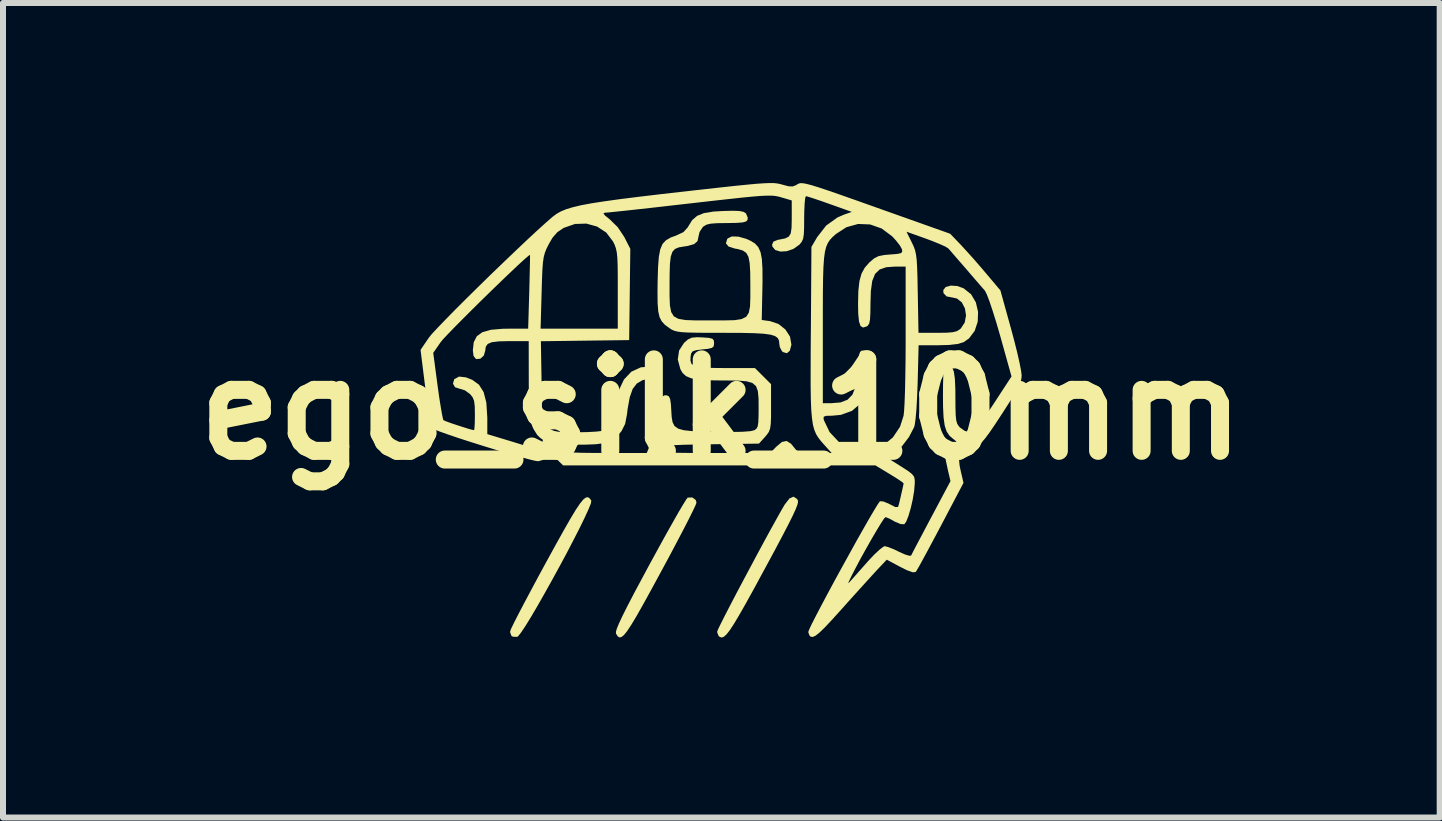
<source format=kicad_pcb>
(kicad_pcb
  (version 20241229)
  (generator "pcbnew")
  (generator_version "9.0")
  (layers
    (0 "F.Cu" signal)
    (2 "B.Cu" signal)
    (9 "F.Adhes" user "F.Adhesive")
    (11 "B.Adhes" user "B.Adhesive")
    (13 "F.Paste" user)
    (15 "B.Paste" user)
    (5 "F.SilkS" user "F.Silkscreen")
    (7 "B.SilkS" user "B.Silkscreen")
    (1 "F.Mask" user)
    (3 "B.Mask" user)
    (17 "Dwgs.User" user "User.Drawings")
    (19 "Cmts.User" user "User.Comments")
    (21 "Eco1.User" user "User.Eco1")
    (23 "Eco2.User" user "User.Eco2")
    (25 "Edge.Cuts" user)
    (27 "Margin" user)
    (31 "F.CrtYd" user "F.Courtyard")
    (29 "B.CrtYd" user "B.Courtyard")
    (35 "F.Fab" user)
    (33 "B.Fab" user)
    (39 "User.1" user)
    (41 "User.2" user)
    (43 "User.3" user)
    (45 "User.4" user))
  (footprint "ego_silk_10mm"
    (layer "F.Cu")
    (at 8.97 3.773)
    (property "Reference" "ego_silk_10mm" (at 0 0 0) (layer "F.SilkS") (effects (font (size 1.524 1.524) (thickness 0.3))))
    (attr board_only exclude_from_pos_files exclude_from_bom)
    (fp_poly (pts (xy -0.427 1.508) (xy -0.414 1.552) (xy -0.43 1.596) (xy -0.476 1.693) (xy -0.547 1.836) (xy -0.64 2.017) (xy -0.752 2.23) (xy -0.878 2.468) (xy -1.006 2.705) (xy -1.17 3.007) (xy -1.305 3.252) (xy -1.415 3.446) (xy -1.503 3.592) (xy -1.572 3.696) (xy -1.626 3.762) (xy -1.668 3.794) (xy -1.701 3.798) (xy -1.729 3.777) (xy -1.754 3.737) (xy -1.755 3.736) (xy -1.757 3.706) (xy -1.741 3.65) (xy -1.705 3.563) (xy -1.647 3.439) (xy -1.564 3.274) (xy -1.454 3.062) (xy -1.313 2.799) (xy -1.196 2.581) (xy -1.058 2.329) (xy -0.93 2.096) (xy -0.814 1.89) (xy -0.716 1.717) (xy -0.638 1.585) (xy -0.585 1.5) (xy -0.561 1.469) (xy -0.484 1.466)) (stroke (width 0) (type solid)) (fill yes) (layer "F.SilkS"))
    (fp_poly (pts (xy -2.195 1.48) (xy -2.168 1.517) (xy -2.167 1.518) (xy -2.173 1.563) (xy -2.211 1.658) (xy -2.274 1.796) (xy -2.358 1.969) (xy -2.46 2.168) (xy -2.573 2.386) (xy -2.695 2.613) (xy -2.82 2.841) (xy -2.944 3.063) (xy -3.061 3.269) (xy -3.169 3.453) (xy -3.262 3.604) (xy -3.336 3.715) (xy -3.386 3.778) (xy -3.402 3.789) (xy -3.47 3.787) (xy -3.496 3.775) (xy -3.517 3.722) (xy -3.519 3.696) (xy -3.503 3.654) (xy -3.457 3.558) (xy -3.385 3.417) (xy -3.291 3.237) (xy -3.178 3.025) (xy -3.052 2.789) (xy -2.924 2.554) (xy -2.759 2.253) (xy -2.623 2.009) (xy -2.513 1.817) (xy -2.425 1.671) (xy -2.355 1.567) (xy -2.301 1.501) (xy -2.258 1.468) (xy -2.224 1.462)) (stroke (width 0) (type solid)) (fill yes) (layer "F.SilkS"))
    (fp_poly (pts (xy 1.261 1.491) (xy 1.274 1.513) (xy 1.278 1.541) (xy 1.267 1.589) (xy 1.238 1.664) (xy 1.189 1.771) (xy 1.117 1.915) (xy 1.02 2.102) (xy 0.895 2.338) (xy 0.739 2.627) (xy 0.711 2.678) (xy 0.547 2.981) (xy 0.411 3.227) (xy 0.3 3.422) (xy 0.211 3.571) (xy 0.141 3.678) (xy 0.085 3.749) (xy 0.041 3.788) (xy 0.006 3.8) (xy -0.024 3.791) (xy -0.045 3.775) (xy -0.067 3.721) (xy -0.069 3.7) (xy -0.053 3.66) (xy -0.009 3.569) (xy 0.059 3.434) (xy 0.147 3.264) (xy 0.249 3.068) (xy 0.362 2.855) (xy 0.481 2.632) (xy 0.6 2.409) (xy 0.716 2.194) (xy 0.824 1.996) (xy 0.92 1.823) (xy 0.998 1.684) (xy 1.054 1.588) (xy 1.06 1.579) (xy 1.136 1.482) (xy 1.203 1.453)) (stroke (width 0) (type solid)) (fill yes) (layer "F.SilkS"))
    (fp_poly (pts (xy 0.301 -3.307) (xy 0.367 -3.294) (xy 0.406 -3.271) (xy 0.411 -3.265) (xy 0.44 -3.197) (xy 0.436 -3.158) (xy 0.413 -3.133) (xy 0.357 -3.117) (xy 0.257 -3.109) (xy 0.101 -3.106) (xy 0.087 -3.106) (xy -0.072 -3.104) (xy -0.177 -3.096) (xy -0.246 -3.08) (xy -0.293 -3.053) (xy -0.311 -3.037) (xy -0.363 -2.957) (xy -0.38 -2.886) (xy -0.396 -2.807) (xy -0.451 -2.757) (xy -0.559 -2.725) (xy -0.62 -2.716) (xy -0.709 -2.701) (xy -0.773 -2.674) (xy -0.816 -2.626) (xy -0.843 -2.546) (xy -0.857 -2.424) (xy -0.862 -2.25) (xy -0.863 -2.099) (xy -0.863 -1.889) (xy -0.857 -1.733) (xy -0.836 -1.624) (xy -0.792 -1.552) (xy -0.715 -1.51) (xy -0.597 -1.49) (xy -0.428 -1.484) (xy -0.201 -1.484) (xy -0.178 -1.484) (xy 0.051 -1.484) (xy 0.22 -1.488) (xy 0.338 -1.506) (xy 0.415 -1.545) (xy 0.458 -1.613) (xy 0.478 -1.718) (xy 0.483 -1.869) (xy 0.483 -2.074) (xy 0.483 -2.077) (xy 0.481 -2.286) (xy 0.472 -2.438) (xy 0.452 -2.542) (xy 0.416 -2.608) (xy 0.359 -2.648) (xy 0.278 -2.672) (xy 0.226 -2.681) (xy 0.12 -2.715) (xy 0.076 -2.768) (xy 0.097 -2.838) (xy 0.106 -2.85) (xy 0.175 -2.883) (xy 0.284 -2.88) (xy 0.416 -2.843) (xy 0.49 -2.809) (xy 0.563 -2.763) (xy 0.616 -2.704) (xy 0.653 -2.621) (xy 0.675 -2.506) (xy 0.685 -2.346) (xy 0.686 -2.132) (xy 0.684 -2.019) (xy 0.673 -1.491) (xy 0.811 -1.472) (xy 0.951 -1.425) (xy 1.067 -1.333) (xy 1.144 -1.214) (xy 1.167 -1.082) (xy 1.167 -1.077) (xy 1.141 -0.979) (xy 1.092 -0.937) (xy 1.028 -0.956) (xy 1.009 -0.972) (xy 0.974 -1.04) (xy 0.966 -1.092) (xy 0.961 -1.147) (xy 0.94 -1.19) (xy 0.895 -1.223) (xy 0.82 -1.246) (xy 0.707 -1.262) (xy 0.547 -1.271) (xy 0.335 -1.276) (xy 0.062 -1.277) (xy 0.032 -1.277) (xy -0.22 -1.277) (xy -0.413 -1.279) (xy -0.557 -1.282) (xy -0.66 -1.288) (xy -0.733 -1.298) (xy -0.786 -1.312) (xy -0.828 -1.331) (xy -0.866 -1.356) (xy -0.94 -1.41) (xy -0.993 -1.468) (xy -1.03 -1.539) (xy -1.052 -1.637) (xy -1.062 -1.772) (xy -1.064 -1.955) (xy -1.062 -2.129) (xy -1.055 -2.363) (xy -1.042 -2.54) (xy -1.018 -2.668) (xy -0.98 -2.758) (xy -0.922 -2.82) (xy -0.842 -2.866) (xy -0.756 -2.897) (xy -0.632 -2.955) (xy -0.558 -3.037) (xy -0.551 -3.05) (xy -0.487 -3.154) (xy -0.404 -3.226) (xy -0.29 -3.272) (xy -0.131 -3.298) (xy 0.03 -3.307) (xy 0.193 -3.311)) (stroke (width 0) (type solid)) (fill yes) (layer "F.SilkS"))
    (fp_poly (pts (xy 0.876 -3.772) (xy 0.932 -3.766) (xy 0.978 -3.757) (xy 1.014 -3.747) (xy 1.119 -3.719) (xy 1.186 -3.716) (xy 1.241 -3.736) (xy 1.265 -3.751) (xy 1.289 -3.764) (xy 1.318 -3.771) (xy 1.359 -3.77) (xy 1.419 -3.759) (xy 1.504 -3.737) (xy 1.62 -3.701) (xy 1.774 -3.65) (xy 1.973 -3.581) (xy 2.223 -3.493) (xy 2.53 -3.384) (xy 2.58 -3.366) (xy 3.813 -2.928) (xy 3.986 -2.748) (xy 4.084 -2.641) (xy 4.208 -2.504) (xy 4.336 -2.356) (xy 4.404 -2.276) (xy 4.65 -1.984) (xy 4.827 -1.346) (xy 4.883 -1.137) (xy 4.932 -0.941) (xy 4.97 -0.772) (xy 4.995 -0.643) (xy 5.004 -0.569) (xy 4.999 -0.509) (xy 4.979 -0.441) (xy 4.939 -0.355) (xy 4.875 -0.241) (xy 4.781 -0.09) (xy 4.677 0.072) (xy 4.556 0.256) (xy 4.463 0.392) (xy 4.391 0.488) (xy 4.331 0.555) (xy 4.275 0.601) (xy 4.214 0.637) (xy 4.175 0.656) (xy 4.073 0.708) (xy 3.996 0.754) (xy 3.97 0.775) (xy 3.96 0.83) (xy 3.97 0.934) (xy 3.987 1.017) (xy 4.035 1.223) (xy 3.653 1.949) (xy 3.544 2.154) (xy 3.444 2.341) (xy 3.359 2.498) (xy 3.293 2.618) (xy 3.25 2.691) (xy 3.238 2.709) (xy 3.188 2.713) (xy 3.086 2.676) (xy 2.981 2.623) (xy 2.756 2.503) (xy 2.594 2.675) (xy 2.518 2.758) (xy 2.406 2.881) (xy 2.271 3.03) (xy 2.124 3.193) (xy 2.009 3.322) (xy 1.848 3.5) (xy 1.725 3.631) (xy 1.634 3.719) (xy 1.568 3.771) (xy 1.521 3.791) (xy 1.487 3.785) (xy 1.472 3.773) (xy 1.451 3.721) (xy 1.449 3.705) (xy 1.466 3.661) (xy 1.511 3.566) (xy 1.581 3.429) (xy 1.671 3.257) (xy 1.776 3.06) (xy 1.868 2.889) (xy 2.115 2.889) (xy 2.124 2.889) (xy 2.164 2.845) (xy 2.215 2.788) (xy 2.297 2.695) (xy 2.397 2.582) (xy 2.447 2.525) (xy 2.548 2.418) (xy 2.637 2.335) (xy 2.702 2.286) (xy 2.722 2.278) (xy 2.781 2.293) (xy 2.877 2.331) (xy 2.963 2.373) (xy 3.065 2.418) (xy 3.137 2.439) (xy 3.163 2.433) (xy 3.183 2.393) (xy 3.23 2.302) (xy 3.3 2.17) (xy 3.386 2.007) (xy 3.484 1.822) (xy 3.498 1.796) (xy 3.818 1.194) (xy 3.773 1.002) (xy 3.74 0.848) (xy 3.73 0.744) (xy 3.746 0.676) (xy 3.788 0.63) (xy 3.834 0.602) (xy 3.904 0.563) (xy 3.918 0.537) (xy 3.883 0.505) (xy 3.869 0.496) (xy 3.802 0.438) (xy 3.754 0.367) (xy 3.722 0.27) (xy 3.703 0.135) (xy 3.694 -0.048) (xy 3.693 -0.224) (xy 3.694 -0.418) (xy 3.698 -0.553) (xy 3.707 -0.64) (xy 3.721 -0.689) (xy 3.742 -0.711) (xy 3.745 -0.712) (xy 3.803 -0.723) (xy 3.846 -0.699) (xy 3.874 -0.632) (xy 3.891 -0.515) (xy 3.899 -0.341) (xy 3.9 -0.214) (xy 3.901 -0.031) (xy 3.905 0.096) (xy 3.914 0.181) (xy 3.93 0.237) (xy 3.956 0.278) (xy 3.975 0.3) (xy 4.056 0.357) (xy 4.139 0.379) (xy 4.177 0.372) (xy 4.22 0.344) (xy 4.272 0.288) (xy 4.342 0.196) (xy 4.436 0.059) (xy 4.532 -0.086) (xy 4.835 -0.55) (xy 4.646 -1.228) (xy 4.582 -1.448) (xy 4.521 -1.643) (xy 4.467 -1.804) (xy 4.423 -1.919) (xy 4.392 -1.979) (xy 4.391 -1.98) (xy 4.342 -2.036) (xy 4.261 -2.13) (xy 4.159 -2.248) (xy 4.074 -2.347) (xy 3.968 -2.469) (xy 3.876 -2.575) (xy 3.81 -2.652) (xy 3.781 -2.684) (xy 3.733 -2.714) (xy 3.635 -2.758) (xy 3.504 -2.811) (xy 3.413 -2.845) (xy 3.085 -2.962) (xy 3.173 -2.784) (xy 3.204 -2.719) (xy 3.227 -2.656) (xy 3.243 -2.585) (xy 3.255 -2.494) (xy 3.262 -2.371) (xy 3.268 -2.204) (xy 3.272 -1.981) (xy 3.273 -1.941) (xy 3.285 -1.277) (xy 3.599 -1.277) (xy 3.753 -1.279) (xy 3.855 -1.287) (xy 3.923 -1.304) (xy 3.972 -1.334) (xy 3.992 -1.352) (xy 4.056 -1.45) (xy 4.077 -1.566) (xy 4.059 -1.684) (xy 4.007 -1.784) (xy 3.926 -1.849) (xy 3.857 -1.864) (xy 3.753 -1.884) (xy 3.701 -1.939) (xy 3.698 -1.989) (xy 3.739 -2.041) (xy 3.823 -2.064) (xy 3.931 -2.057) (xy 4.037 -2.019) (xy 4.161 -1.92) (xy 4.241 -1.784) (xy 4.278 -1.626) (xy 4.272 -1.463) (xy 4.222 -1.31) (xy 4.128 -1.185) (xy 4.041 -1.123) (xy 3.944 -1.092) (xy 3.797 -1.075) (xy 3.612 -1.07) (xy 3.287 -1.07) (xy 3.271 -0.44) (xy 3.262 -0.209) (xy 3.251 -0.009) (xy 3.237 0.151) (xy 3.222 0.259) (xy 3.213 0.293) (xy 3.126 0.46) (xy 3.011 0.611) (xy 2.888 0.721) (xy 2.875 0.729) (xy 2.758 0.801) (xy 2.992 0.948) (xy 3.109 1.023) (xy 3.178 1.077) (xy 3.213 1.123) (xy 3.223 1.178) (xy 3.223 1.229) (xy 3.213 1.355) (xy 3.189 1.5) (xy 3.156 1.645) (xy 3.118 1.773) (xy 3.081 1.868) (xy 3.048 1.913) (xy 3.047 1.913) (xy 2.986 1.909) (xy 2.9 1.874) (xy 2.882 1.864) (xy 2.8 1.819) (xy 2.741 1.795) (xy 2.734 1.795) (xy 2.708 1.823) (xy 2.657 1.901) (xy 2.586 2.018) (xy 2.502 2.161) (xy 2.412 2.32) (xy 2.322 2.482) (xy 2.239 2.638) (xy 2.169 2.774) (xy 2.142 2.83) (xy 2.115 2.889) (xy 1.868 2.889) (xy 1.891 2.846) (xy 2.013 2.624) (xy 2.136 2.401) (xy 2.255 2.186) (xy 2.367 1.988) (xy 2.466 1.815) (xy 2.548 1.676) (xy 2.607 1.579) (xy 2.641 1.532) (xy 2.644 1.529) (xy 2.702 1.534) (xy 2.787 1.569) (xy 2.814 1.583) (xy 2.899 1.626) (xy 2.942 1.625) (xy 2.949 1.613) (xy 2.965 1.553) (xy 2.987 1.46) (xy 3.01 1.359) (xy 3.029 1.275) (xy 3.037 1.232) (xy 3.037 1.231) (xy 3.01 1.207) (xy 2.937 1.158) (xy 2.833 1.093) (xy 2.802 1.074) (xy 2.567 0.932) (xy 1.229 0.932) (xy 1.137 0.844) (xy 1.045 0.756) (xy 0.988 0.844) (xy 0.93 0.932) (xy -2.637 0.932) (xy -2.744 0.827) (xy -2.813 0.764) (xy -2.853 0.744) (xy -2.888 0.764) (xy -2.915 0.793) (xy -2.989 0.846) (xy -3.052 0.863) (xy -3.114 0.853) (xy -3.228 0.825) (xy -3.382 0.783) (xy -3.566 0.73) (xy -3.769 0.669) (xy -3.98 0.604) (xy -4.19 0.538) (xy -4.387 0.474) (xy -4.56 0.415) (xy -4.698 0.366) (xy -4.792 0.329) (xy -4.831 0.307) (xy -4.831 0.307) (xy -4.843 0.259) (xy -4.861 0.154) (xy -4.884 0.004) (xy -4.91 -0.179) (xy -4.934 -0.367) (xy -5.006 -0.943) (xy -4.801 -0.943) (xy -4.728 -0.394) (xy -4.702 -0.207) (xy -4.676 -0.044) (xy -4.654 0.082) (xy -4.638 0.16) (xy -4.631 0.178) (xy -4.591 0.196) (xy -4.507 0.227) (xy -4.397 0.264) (xy -4.284 0.3) (xy -4.187 0.33) (xy -4.127 0.344) (xy -4.12 0.345) (xy -4.114 0.313) (xy -4.109 0.229) (xy -4.107 0.11) (xy -4.107 0.085) (xy -4.109 -0.054) (xy -4.12 -0.143) (xy -4.145 -0.204) (xy -4.187 -0.256) (xy -4.192 -0.26) (xy -4.274 -0.319) (xy -4.357 -0.345) (xy -4.36 -0.345) (xy -4.437 -0.37) (xy -4.472 -0.429) (xy -4.453 -0.499) (xy -4.448 -0.505) (xy -4.371 -0.548) (xy -4.256 -0.535) (xy -4.151 -0.494) (xy -4.039 -0.413) (xy -3.961 -0.289) (xy -3.916 -0.114) (xy -3.901 0.117) (xy -3.9 0.128) (xy -3.9 0.411) (xy -3.546 0.518) (xy -3.398 0.563) (xy -3.273 0.602) (xy -3.187 0.628) (xy -3.158 0.638) (xy -3.104 0.65) (xy -3.06 0.628) (xy -3.017 0.584) (xy -2.974 0.53) (xy -2.978 0.501) (xy -3.015 0.477) (xy -3.068 0.425) (xy -3.124 0.336) (xy -3.143 0.298) (xy -3.166 0.239) (xy -3.184 0.17) (xy -3.195 0.08) (xy -3.203 -0.04) (xy -3.207 -0.205) (xy -3.209 -0.423) (xy -3.209 -0.492) (xy -3.21 -1.137) (xy -3.007 -1.137) (xy -2.996 -0.462) (xy -2.985 0.213) (xy -2.888 0.296) (xy -2.842 0.332) (xy -2.792 0.356) (xy -2.723 0.37) (xy -2.622 0.377) (xy -2.472 0.379) (xy -2.394 0.38) (xy -2.23 0.377) (xy -2.086 0.369) (xy -1.98 0.357) (xy -1.931 0.344) (xy -1.861 0.286) (xy -1.811 0.191) (xy -1.776 0.047) (xy -1.76 -0.074) (xy -1.711 -0.313) (xy -1.623 -0.499) (xy -1.5 -0.629) (xy -1.342 -0.702) (xy -1.173 -0.716) (xy -1.077 -0.707) (xy -1.032 -0.685) (xy -1.019 -0.641) (xy -1.018 -0.621) (xy -1.026 -0.568) (xy -1.061 -0.538) (xy -1.141 -0.521) (xy -1.18 -0.516) (xy -1.311 -0.489) (xy -1.408 -0.433) (xy -1.478 -0.341) (xy -1.527 -0.202) (xy -1.562 -0.008) (xy -1.572 0.078) (xy -1.603 0.24) (xy -1.662 0.358) (xy -1.68 0.381) (xy -1.762 0.467) (xy -1.849 0.525) (xy -1.955 0.562) (xy -2.096 0.58) (xy -2.288 0.587) (xy -2.333 0.587) (xy -2.496 0.587) (xy -2.599 0.59) (xy -2.654 0.597) (xy -2.671 0.612) (xy -2.658 0.635) (xy -2.64 0.656) (xy -2.614 0.68) (xy -2.58 0.697) (xy -2.527 0.71) (xy -2.445 0.718) (xy -2.325 0.722) (xy -2.156 0.724) (xy -1.929 0.725) (xy -1.91 0.725) (xy -1.243 0.725) (xy -1.195 0.61) (xy -1.136 0.509) (xy -1.061 0.427) (xy -1.06 0.426) (xy -1 0.363) (xy -1.002 0.31) (xy -1.003 0.308) (xy -1.021 0.243) (xy -1.031 0.135) (xy -1.033 0.011) (xy -1.027 -0.105) (xy -1.012 -0.187) (xy -1.005 -0.202) (xy -0.95 -0.235) (xy -0.91 -0.236) (xy -0.874 -0.218) (xy -0.853 -0.173) (xy -0.84 -0.083) (xy -0.835 0.005) (xy -0.828 0.123) (xy -0.813 0.212) (xy -0.78 0.276) (xy -0.72 0.319) (xy -0.626 0.346) (xy -0.487 0.361) (xy -0.296 0.369) (xy -0.102 0.373) (xy 0.153 0.375) (xy 0.349 0.372) (xy 0.483 0.362) (xy 0.55 0.346) (xy 0.584 0.322) (xy 0.605 0.283) (xy 0.616 0.214) (xy 0.62 0.101) (xy 0.621 -0.018) (xy 0.62 -0.185) (xy 0.608 -0.307) (xy 0.578 -0.389) (xy 0.518 -0.441) (xy 0.421 -0.469) (xy 0.276 -0.481) (xy 0.073 -0.483) (xy 0.016 -0.483) (xy -0.213 -0.486) (xy -0.383 -0.498) (xy -0.505 -0.52) (xy -0.589 -0.556) (xy -0.646 -0.608) (xy -0.683 -0.672) (xy -0.726 -0.833) (xy -0.704 -0.983) (xy -0.622 -1.109) (xy -0.556 -1.167) (xy -0.493 -1.196) (xy -0.407 -1.204) (xy -0.32 -1.201) (xy -0.208 -1.193) (xy -0.148 -1.178) (xy -0.125 -1.149) (xy -0.121 -1.104) (xy -0.127 -1.054) (xy -0.156 -1.026) (xy -0.225 -1.01) (xy -0.311 -1.001) (xy -0.42 -0.988) (xy -0.478 -0.969) (xy -0.503 -0.933) (xy -0.512 -0.887) (xy -0.515 -0.815) (xy -0.5 -0.764) (xy -0.459 -0.728) (xy -0.381 -0.707) (xy -0.258 -0.695) (xy -0.081 -0.691) (xy 0.06 -0.69) (xy 0.56 -0.69) (xy 0.694 -0.556) (xy 0.828 -0.422) (xy 0.828 -0.039) (xy 0.828 0.129) (xy 0.823 0.244) (xy 0.812 0.32) (xy 0.791 0.375) (xy 0.757 0.423) (xy 0.728 0.457) (xy 0.627 0.569) (xy -0.17 0.58) (xy -0.425 0.584) (xy -0.62 0.588) (xy -0.763 0.594) (xy -0.863 0.601) (xy -0.929 0.61) (xy -0.968 0.624) (xy -0.991 0.641) (xy -1.002 0.658) (xy -1.011 0.678) (xy -1.007 0.693) (xy -0.985 0.705) (xy -0.936 0.713) (xy -0.854 0.719) (xy -0.73 0.722) (xy -0.558 0.724) (xy -0.329 0.725) (xy -0.111 0.725) (xy 0.815 0.725) (xy 0.915 0.621) (xy 1.009 0.542) (xy 1.087 0.525) (xy 1.161 0.571) (xy 1.202 0.621) (xy 1.244 0.673) (xy 1.287 0.703) (xy 1.349 0.719) (xy 1.449 0.724) (xy 1.558 0.725) (xy 1.837 0.725) (xy 1.717 0.592) (xy 1.662 0.53) (xy 1.616 0.471) (xy 1.579 0.411) (xy 1.549 0.34) (xy 1.526 0.254) (xy 1.51 0.144) (xy 1.498 0.005) (xy 1.491 -0.172) (xy 1.488 -0.391) (xy 1.488 -0.661) (xy 1.489 -0.988) (xy 1.491 -1.277) (xy 1.492 -1.347) (xy 1.691 -1.347) (xy 1.691 -0.104) (xy 1.827 -0.104) (xy 1.985 -0.117) (xy 2.102 -0.162) (xy 2.184 -0.246) (xy 2.236 -0.379) (xy 2.267 -0.569) (xy 2.275 -0.667) (xy 2.285 -0.816) (xy 2.296 -0.909) (xy 2.312 -0.959) (xy 2.336 -0.979) (xy 2.375 -0.984) (xy 2.381 -0.984) (xy 2.426 -0.98) (xy 2.453 -0.958) (xy 2.467 -0.905) (xy 2.475 -0.804) (xy 2.478 -0.734) (xy 2.473 -0.494) (xy 2.434 -0.303) (xy 2.359 -0.15) (xy 2.322 -0.1) (xy 2.175 0.024) (xy 1.992 0.09) (xy 1.845 0.104) (xy 1.749 0.106) (xy 1.707 0.12) (xy 1.703 0.154) (xy 1.71 0.181) (xy 1.804 0.377) (xy 1.952 0.535) (xy 2.145 0.645) (xy 2.157 0.65) (xy 2.291 0.675) (xy 2.453 0.669) (xy 2.609 0.636) (xy 2.7 0.597) (xy 2.859 0.465) (xy 2.977 0.289) (xy 3.036 0.107) (xy 3.045 0.027) (xy 3.053 -0.112) (xy 3.06 -0.301) (xy 3.065 -0.531) (xy 3.069 -0.79) (xy 3.071 -1.071) (xy 3.071 -1.23) (xy 3.071 -2.381) (xy 2.897 -2.381) (xy 2.747 -2.37) (xy 2.637 -2.332) (xy 2.561 -2.258) (xy 2.514 -2.14) (xy 2.491 -1.97) (xy 2.485 -1.763) (xy 2.483 -1.602) (xy 2.477 -1.497) (xy 2.464 -1.433) (xy 2.442 -1.398) (xy 2.421 -1.383) (xy 2.362 -1.365) (xy 2.32 -1.39) (xy 2.294 -1.464) (xy 2.281 -1.594) (xy 2.278 -1.758) (xy 2.283 -1.976) (xy 2.301 -2.139) (xy 2.336 -2.264) (xy 2.391 -2.364) (xy 2.467 -2.45) (xy 2.545 -2.517) (xy 2.619 -2.555) (xy 2.717 -2.574) (xy 2.809 -2.582) (xy 2.927 -2.591) (xy 2.991 -2.604) (xy 3.014 -2.627) (xy 3.01 -2.666) (xy 3.01 -2.668) (xy 2.976 -2.731) (xy 2.908 -2.818) (xy 2.846 -2.885) (xy 2.672 -3.015) (xy 2.479 -3.083) (xy 2.279 -3.091) (xy 2.084 -3.037) (xy 1.91 -2.924) (xy 1.855 -2.875) (xy 1.811 -2.828) (xy 1.775 -2.775) (xy 1.747 -2.71) (xy 1.726 -2.626) (xy 1.711 -2.515) (xy 1.701 -2.37) (xy 1.695 -2.184) (xy 1.692 -1.95) (xy 1.691 -1.661) (xy 1.691 -1.347) (xy 1.492 -1.347) (xy 1.501 -2.709) (xy 1.597 -2.872) (xy 1.746 -3.064) (xy 1.936 -3.2) (xy 2.045 -3.247) (xy 2.174 -3.292) (xy 1.806 -3.423) (xy 1.656 -3.476) (xy 1.531 -3.518) (xy 1.443 -3.546) (xy 1.409 -3.555) (xy 1.397 -3.522) (xy 1.388 -3.436) (xy 1.382 -3.308) (xy 1.38 -3.191) (xy 1.379 -3.026) (xy 1.374 -2.915) (xy 1.362 -2.843) (xy 1.339 -2.793) (xy 1.305 -2.751) (xy 1.298 -2.744) (xy 1.2 -2.675) (xy 1.09 -2.637) (xy 0.983 -2.631) (xy 0.898 -2.657) (xy 0.85 -2.715) (xy 0.846 -2.747) (xy 0.868 -2.797) (xy 0.942 -2.827) (xy 0.967 -2.831) (xy 1.063 -2.85) (xy 1.123 -2.88) (xy 1.156 -2.933) (xy 1.17 -3.026) (xy 1.173 -3.171) (xy 1.173 -3.193) (xy 1.173 -3.483) (xy 0.997 -3.535) (xy 0.95 -3.548) (xy 0.9 -3.557) (xy 0.842 -3.563) (xy 0.767 -3.563) (xy 0.668 -3.559) (xy 0.539 -3.549) (xy 0.372 -3.533) (xy 0.16 -3.51) (xy -0.105 -3.481) (xy -0.429 -3.444) (xy -0.525 -3.433) (xy -0.825 -3.399) (xy -1.104 -3.367) (xy -1.357 -3.339) (xy -1.574 -3.315) (xy -1.747 -3.297) (xy -1.87 -3.284) (xy -1.934 -3.279) (xy -1.939 -3.279) (xy -1.965 -3.268) (xy -1.941 -3.234) (xy -1.862 -3.17) (xy -1.858 -3.166) (xy -1.726 -3.037) (xy -1.617 -2.873) (xy -1.613 -2.865) (xy -1.517 -2.677) (xy -1.536 -1.156) (xy -3.007 -1.137) (xy -3.21 -1.137) (xy -3.21 -1.139) (xy -3.53 -1.139) (xy -3.706 -1.135) (xy -3.823 -1.121) (xy -3.893 -1.092) (xy -3.926 -1.044) (xy -3.934 -0.981) (xy -3.958 -0.898) (xy -4.017 -0.845) (xy -4.089 -0.84) (xy -4.089 -0.841) (xy -4.129 -0.891) (xy -4.141 -0.985) (xy -4.126 -1.12) (xy -4.075 -1.22) (xy -3.982 -1.287) (xy -3.839 -1.328) (xy -3.638 -1.345) (xy -3.544 -1.346) (xy -3.219 -1.346) (xy -3.012 -1.346) (xy -1.726 -1.346) (xy -1.726 -1.996) (xy -1.726 -2.226) (xy -1.728 -2.398) (xy -1.733 -2.524) (xy -1.742 -2.616) (xy -1.757 -2.684) (xy -1.777 -2.742) (xy -1.805 -2.799) (xy -1.918 -2.948) (xy -2.071 -3.048) (xy -2.249 -3.097) (xy -2.439 -3.091) (xy -2.626 -3.026) (xy -2.732 -2.955) (xy -2.814 -2.861) (xy -2.878 -2.75) (xy -2.915 -2.676) (xy -2.941 -2.61) (xy -2.96 -2.538) (xy -2.973 -2.447) (xy -2.982 -2.326) (xy -2.989 -2.16) (xy -2.995 -1.95) (xy -3.012 -1.346) (xy -3.219 -1.346) (xy -3.201 -1.958) (xy -3.196 -2.156) (xy -3.192 -2.328) (xy -3.189 -2.462) (xy -3.188 -2.549) (xy -3.188 -2.577) (xy -3.215 -2.559) (xy -3.284 -2.5) (xy -3.387 -2.405) (xy -3.516 -2.283) (xy -3.665 -2.141) (xy -3.826 -1.985) (xy -3.992 -1.823) (xy -4.155 -1.662) (xy -4.309 -1.508) (xy -4.446 -1.37) (xy -4.558 -1.254) (xy -4.639 -1.168) (xy -4.679 -1.119) (xy -4.801 -0.943) (xy -5.006 -0.943) (xy -5.012 -0.993) (xy -4.874 -1.196) (xy -4.823 -1.259) (xy -4.728 -1.361) (xy -4.597 -1.497) (xy -4.437 -1.66) (xy -4.254 -1.843) (xy -4.056 -2.038) (xy -3.849 -2.241) (xy -3.64 -2.442) (xy -3.436 -2.637) (xy -3.245 -2.818) (xy -3.074 -2.977) (xy -2.928 -3.109) (xy -2.816 -3.207) (xy -2.802 -3.218) (xy -2.742 -3.262) (xy -2.672 -3.301) (xy -2.585 -3.337) (xy -2.475 -3.37) (xy -2.337 -3.403) (xy -2.165 -3.435) (xy -1.952 -3.468) (xy -1.693 -3.504) (xy -1.382 -3.543) (xy -1.013 -3.587) (xy -0.69 -3.624) (xy -0.324 -3.665) (xy -0.019 -3.699) (xy 0.23 -3.726) (xy 0.431 -3.746) (xy 0.589 -3.761) (xy 0.711 -3.769) (xy 0.805 -3.773)) (stroke (width 0) (type solid)) (fill yes) (layer "F.SilkS")))
  (gr_rect
    (start -3 -3)
    (end 20.94 10.573)
    (stroke (width 0.1) (type default))
    (fill no)
    (layer "Edge.Cuts")))
</source>
